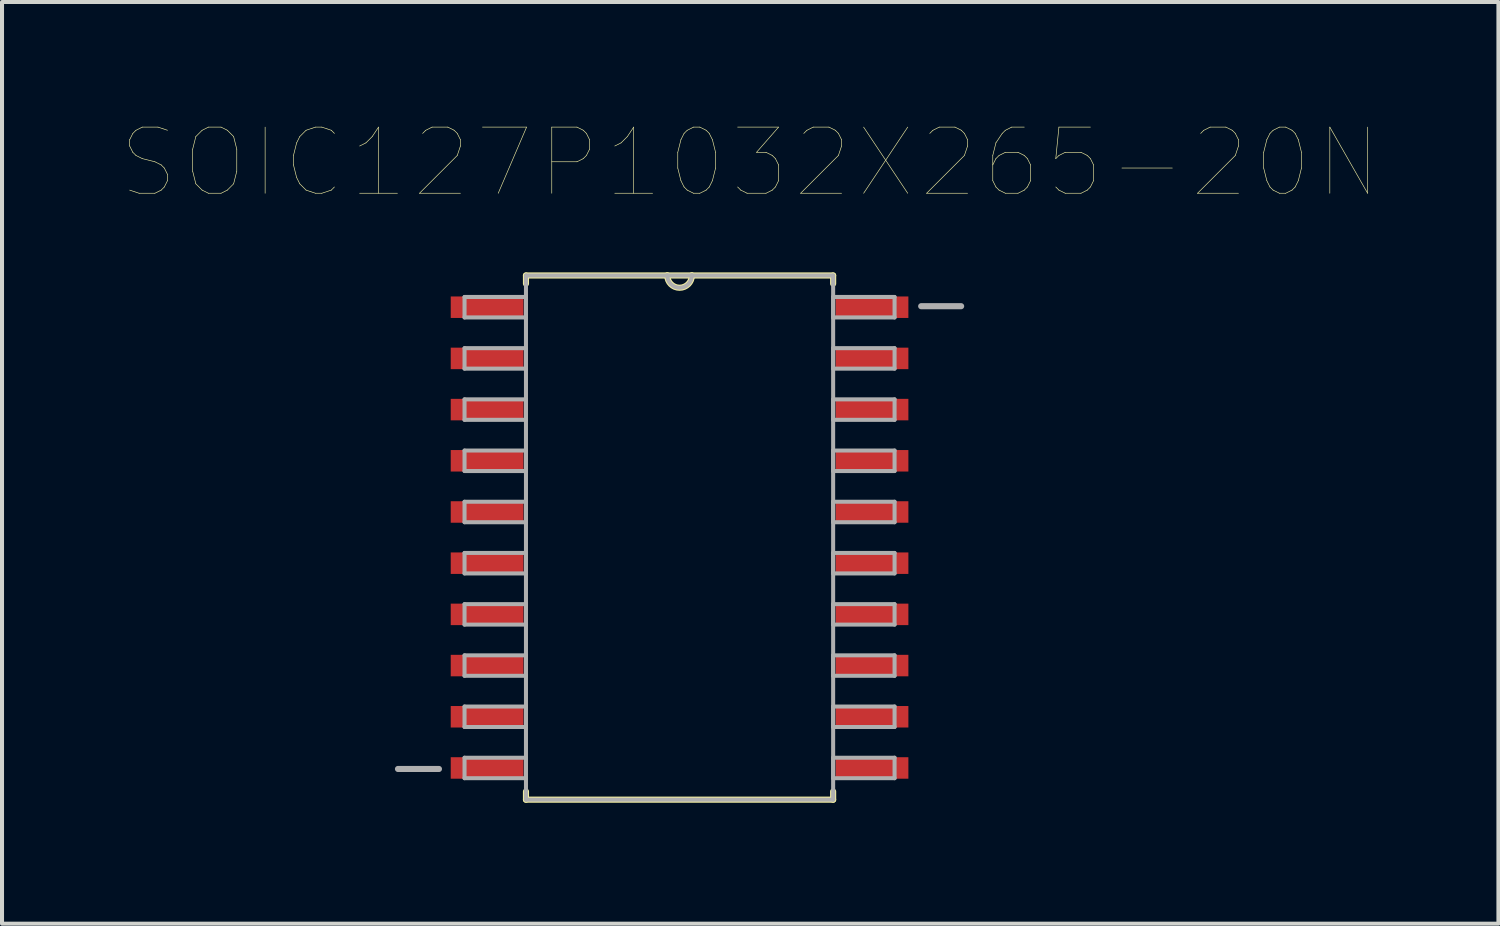
<source format=kicad_pcb>
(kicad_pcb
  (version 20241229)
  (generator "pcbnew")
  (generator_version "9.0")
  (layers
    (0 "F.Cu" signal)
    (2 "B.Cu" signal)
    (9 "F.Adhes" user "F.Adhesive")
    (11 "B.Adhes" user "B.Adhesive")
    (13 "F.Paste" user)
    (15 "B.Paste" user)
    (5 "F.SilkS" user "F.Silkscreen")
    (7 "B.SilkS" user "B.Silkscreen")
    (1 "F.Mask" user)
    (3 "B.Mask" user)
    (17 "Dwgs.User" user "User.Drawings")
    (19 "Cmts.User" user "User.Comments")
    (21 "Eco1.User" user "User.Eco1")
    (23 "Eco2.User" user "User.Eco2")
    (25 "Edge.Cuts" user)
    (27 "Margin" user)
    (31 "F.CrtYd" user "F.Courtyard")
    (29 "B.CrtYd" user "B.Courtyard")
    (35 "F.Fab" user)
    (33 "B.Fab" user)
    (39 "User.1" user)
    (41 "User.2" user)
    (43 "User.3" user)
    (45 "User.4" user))
  (footprint "SOIC127P1032X265-20N"
    (layer "F.Cu")
    (at 13.808 10.286)
    (property "Reference" "SOIC127P1032X265-20N" (at 1.753 -9.3 0) (layer "F.SilkS") (effects (font (size 1.641 1.641) (thickness 0.015))))
    (attr through_hole)
    (fp_line (start -3.81 -6.502) (end -3.81 -6.299) (stroke (width 0.152) (type solid)) (layer "F.SilkS"))
    (fp_line (start -3.81 6.299) (end -3.81 6.502) (stroke (width 0.152) (type solid)) (layer "F.SilkS"))
    (fp_line (start -3.81 6.502) (end 3.81 6.502) (stroke (width 0.152) (type solid)) (layer "F.SilkS"))
    (fp_line (start -0.305 -6.502) (end -3.81 -6.502) (stroke (width 0.152) (type solid)) (layer "F.SilkS"))
    (fp_line (start 0.305 -6.502) (end -0.305 -6.502) (stroke (width 0.152) (type solid)) (layer "F.SilkS"))
    (fp_line (start 3.81 -6.502) (end 0.305 -6.502) (stroke (width 0.152) (type solid)) (layer "F.SilkS"))
    (fp_line (start 3.81 -6.299) (end 3.81 -6.502) (stroke (width 0.152) (type solid)) (layer "F.SilkS"))
    (fp_line (start 3.81 6.502) (end 3.81 6.299) (stroke (width 0.152) (type solid)) (layer "F.SilkS"))
    (fp_arc (start 0.3048 -6.5024) (mid 0 -6.1976) (end -0.3048 -6.5024) (stroke (width 0.1524) (type solid)) (layer "F.SilkS"))
    (fp_line (start -6.985 5.74) (end -5.969 5.74) (stroke (width 0.152) (type solid)) (layer "F.Fab"))
    (fp_line (start -5.334 -5.969) (end -5.334 -5.461) (stroke (width 0.1) (type solid)) (layer "F.Fab"))
    (fp_line (start -5.334 -5.461) (end -3.81 -5.461) (stroke (width 0.1) (type solid)) (layer "F.Fab"))
    (fp_line (start -5.334 -4.699) (end -5.334 -4.191) (stroke (width 0.1) (type solid)) (layer "F.Fab"))
    (fp_line (start -5.334 -4.191) (end -3.81 -4.191) (stroke (width 0.1) (type solid)) (layer "F.Fab"))
    (fp_line (start -5.334 -3.429) (end -5.334 -2.921) (stroke (width 0.1) (type solid)) (layer "F.Fab"))
    (fp_line (start -5.334 -2.921) (end -3.81 -2.921) (stroke (width 0.1) (type solid)) (layer "F.Fab"))
    (fp_line (start -5.334 -2.159) (end -5.334 -1.651) (stroke (width 0.1) (type solid)) (layer "F.Fab"))
    (fp_line (start -5.334 -1.651) (end -3.81 -1.651) (stroke (width 0.1) (type solid)) (layer "F.Fab"))
    (fp_line (start -5.334 -0.889) (end -5.334 -0.381) (stroke (width 0.1) (type solid)) (layer "F.Fab"))
    (fp_line (start -5.334 -0.381) (end -3.81 -0.381) (stroke (width 0.1) (type solid)) (layer "F.Fab"))
    (fp_line (start -5.334 0.381) (end -5.334 0.889) (stroke (width 0.1) (type solid)) (layer "F.Fab"))
    (fp_line (start -5.334 0.889) (end -3.81 0.889) (stroke (width 0.1) (type solid)) (layer "F.Fab"))
    (fp_line (start -5.334 1.651) (end -5.334 2.159) (stroke (width 0.1) (type solid)) (layer "F.Fab"))
    (fp_line (start -5.334 2.159) (end -3.81 2.159) (stroke (width 0.1) (type solid)) (layer "F.Fab"))
    (fp_line (start -5.334 2.921) (end -5.334 3.429) (stroke (width 0.1) (type solid)) (layer "F.Fab"))
    (fp_line (start -5.334 3.429) (end -3.81 3.429) (stroke (width 0.1) (type solid)) (layer "F.Fab"))
    (fp_line (start -5.334 4.191) (end -5.334 4.699) (stroke (width 0.1) (type solid)) (layer "F.Fab"))
    (fp_line (start -5.334 4.699) (end -3.81 4.699) (stroke (width 0.1) (type solid)) (layer "F.Fab"))
    (fp_line (start -5.334 5.461) (end -5.334 5.969) (stroke (width 0.1) (type solid)) (layer "F.Fab"))
    (fp_line (start -5.334 5.969) (end -3.81 5.969) (stroke (width 0.1) (type solid)) (layer "F.Fab"))
    (fp_line (start -3.81 -6.502) (end -3.81 6.502) (stroke (width 0.1) (type solid)) (layer "F.Fab"))
    (fp_line (start -3.81 -5.969) (end -5.334 -5.969) (stroke (width 0.1) (type solid)) (layer "F.Fab"))
    (fp_line (start -3.81 -5.461) (end -3.81 -5.969) (stroke (width 0.1) (type solid)) (layer "F.Fab"))
    (fp_line (start -3.81 -4.699) (end -5.334 -4.699) (stroke (width 0.1) (type solid)) (layer "F.Fab"))
    (fp_line (start -3.81 -4.191) (end -3.81 -4.699) (stroke (width 0.1) (type solid)) (layer "F.Fab"))
    (fp_line (start -3.81 -3.429) (end -5.334 -3.429) (stroke (width 0.1) (type solid)) (layer "F.Fab"))
    (fp_line (start -3.81 -2.921) (end -3.81 -3.429) (stroke (width 0.1) (type solid)) (layer "F.Fab"))
    (fp_line (start -3.81 -2.159) (end -5.334 -2.159) (stroke (width 0.1) (type solid)) (layer "F.Fab"))
    (fp_line (start -3.81 -1.651) (end -3.81 -2.159) (stroke (width 0.1) (type solid)) (layer "F.Fab"))
    (fp_line (start -3.81 -0.889) (end -5.334 -0.889) (stroke (width 0.1) (type solid)) (layer "F.Fab"))
    (fp_line (start -3.81 -0.381) (end -3.81 -0.889) (stroke (width 0.1) (type solid)) (layer "F.Fab"))
    (fp_line (start -3.81 0.381) (end -5.334 0.381) (stroke (width 0.1) (type solid)) (layer "F.Fab"))
    (fp_line (start -3.81 0.889) (end -3.81 0.381) (stroke (width 0.1) (type solid)) (layer "F.Fab"))
    (fp_line (start -3.81 1.651) (end -5.334 1.651) (stroke (width 0.1) (type solid)) (layer "F.Fab"))
    (fp_line (start -3.81 2.159) (end -3.81 1.651) (stroke (width 0.1) (type solid)) (layer "F.Fab"))
    (fp_line (start -3.81 2.921) (end -5.334 2.921) (stroke (width 0.1) (type solid)) (layer "F.Fab"))
    (fp_line (start -3.81 3.429) (end -3.81 2.921) (stroke (width 0.1) (type solid)) (layer "F.Fab"))
    (fp_line (start -3.81 4.191) (end -5.334 4.191) (stroke (width 0.1) (type solid)) (layer "F.Fab"))
    (fp_line (start -3.81 4.699) (end -3.81 4.191) (stroke (width 0.1) (type solid)) (layer "F.Fab"))
    (fp_line (start -3.81 5.461) (end -5.334 5.461) (stroke (width 0.1) (type solid)) (layer "F.Fab"))
    (fp_line (start -3.81 5.969) (end -3.81 5.461) (stroke (width 0.1) (type solid)) (layer "F.Fab"))
    (fp_line (start -3.81 6.502) (end 3.81 6.502) (stroke (width 0.1) (type solid)) (layer "F.Fab"))
    (fp_line (start -0.305 -6.502) (end -3.81 -6.502) (stroke (width 0.1) (type solid)) (layer "F.Fab"))
    (fp_line (start 0.305 -6.502) (end -0.305 -6.502) (stroke (width 0.1) (type solid)) (layer "F.Fab"))
    (fp_line (start 3.81 -6.502) (end 0.305 -6.502) (stroke (width 0.1) (type solid)) (layer "F.Fab"))
    (fp_line (start 3.81 -5.969) (end 3.81 -5.461) (stroke (width 0.1) (type solid)) (layer "F.Fab"))
    (fp_line (start 3.81 -5.461) (end 5.334 -5.461) (stroke (width 0.1) (type solid)) (layer "F.Fab"))
    (fp_line (start 3.81 -4.699) (end 3.81 -4.191) (stroke (width 0.1) (type solid)) (layer "F.Fab"))
    (fp_line (start 3.81 -4.191) (end 5.334 -4.191) (stroke (width 0.1) (type solid)) (layer "F.Fab"))
    (fp_line (start 3.81 -3.429) (end 3.81 -2.921) (stroke (width 0.1) (type solid)) (layer "F.Fab"))
    (fp_line (start 3.81 -2.921) (end 5.334 -2.921) (stroke (width 0.1) (type solid)) (layer "F.Fab"))
    (fp_line (start 3.81 -2.159) (end 3.81 -1.651) (stroke (width 0.1) (type solid)) (layer "F.Fab"))
    (fp_line (start 3.81 -1.651) (end 5.334 -1.651) (stroke (width 0.1) (type solid)) (layer "F.Fab"))
    (fp_line (start 3.81 -0.889) (end 3.81 -0.381) (stroke (width 0.1) (type solid)) (layer "F.Fab"))
    (fp_line (start 3.81 -0.381) (end 5.334 -0.381) (stroke (width 0.1) (type solid)) (layer "F.Fab"))
    (fp_line (start 3.81 0.381) (end 3.81 0.889) (stroke (width 0.1) (type solid)) (layer "F.Fab"))
    (fp_line (start 3.81 0.889) (end 5.334 0.889) (stroke (width 0.1) (type solid)) (layer "F.Fab"))
    (fp_line (start 3.81 1.651) (end 3.81 2.159) (stroke (width 0.1) (type solid)) (layer "F.Fab"))
    (fp_line (start 3.81 2.159) (end 5.334 2.159) (stroke (width 0.1) (type solid)) (layer "F.Fab"))
    (fp_line (start 3.81 2.921) (end 3.81 3.429) (stroke (width 0.1) (type solid)) (layer "F.Fab"))
    (fp_line (start 3.81 3.429) (end 5.334 3.429) (stroke (width 0.1) (type solid)) (layer "F.Fab"))
    (fp_line (start 3.81 4.191) (end 3.81 4.699) (stroke (width 0.1) (type solid)) (layer "F.Fab"))
    (fp_line (start 3.81 4.699) (end 5.334 4.699) (stroke (width 0.1) (type solid)) (layer "F.Fab"))
    (fp_line (start 3.81 5.461) (end 3.81 5.969) (stroke (width 0.1) (type solid)) (layer "F.Fab"))
    (fp_line (start 3.81 5.969) (end 5.334 5.969) (stroke (width 0.1) (type solid)) (layer "F.Fab"))
    (fp_line (start 3.81 6.502) (end 3.81 -6.502) (stroke (width 0.1) (type solid)) (layer "F.Fab"))
    (fp_line (start 5.334 -5.969) (end 3.81 -5.969) (stroke (width 0.1) (type solid)) (layer "F.Fab"))
    (fp_line (start 5.334 -5.461) (end 5.334 -5.969) (stroke (width 0.1) (type solid)) (layer "F.Fab"))
    (fp_line (start 5.334 -4.699) (end 3.81 -4.699) (stroke (width 0.1) (type solid)) (layer "F.Fab"))
    (fp_line (start 5.334 -4.191) (end 5.334 -4.699) (stroke (width 0.1) (type solid)) (layer "F.Fab"))
    (fp_line (start 5.334 -3.429) (end 3.81 -3.429) (stroke (width 0.1) (type solid)) (layer "F.Fab"))
    (fp_line (start 5.334 -2.921) (end 5.334 -3.429) (stroke (width 0.1) (type solid)) (layer "F.Fab"))
    (fp_line (start 5.334 -2.159) (end 3.81 -2.159) (stroke (width 0.1) (type solid)) (layer "F.Fab"))
    (fp_line (start 5.334 -1.651) (end 5.334 -2.159) (stroke (width 0.1) (type solid)) (layer "F.Fab"))
    (fp_line (start 5.334 -0.889) (end 3.81 -0.889) (stroke (width 0.1) (type solid)) (layer "F.Fab"))
    (fp_line (start 5.334 -0.381) (end 5.334 -0.889) (stroke (width 0.1) (type solid)) (layer "F.Fab"))
    (fp_line (start 5.334 0.381) (end 3.81 0.381) (stroke (width 0.1) (type solid)) (layer "F.Fab"))
    (fp_line (start 5.334 0.889) (end 5.334 0.381) (stroke (width 0.1) (type solid)) (layer "F.Fab"))
    (fp_line (start 5.334 1.651) (end 3.81 1.651) (stroke (width 0.1) (type solid)) (layer "F.Fab"))
    (fp_line (start 5.334 2.159) (end 5.334 1.651) (stroke (width 0.1) (type solid)) (layer "F.Fab"))
    (fp_line (start 5.334 2.921) (end 3.81 2.921) (stroke (width 0.1) (type solid)) (layer "F.Fab"))
    (fp_line (start 5.334 3.429) (end 5.334 2.921) (stroke (width 0.1) (type solid)) (layer "F.Fab"))
    (fp_line (start 5.334 4.191) (end 3.81 4.191) (stroke (width 0.1) (type solid)) (layer "F.Fab"))
    (fp_line (start 5.334 4.699) (end 5.334 4.191) (stroke (width 0.1) (type solid)) (layer "F.Fab"))
    (fp_line (start 5.334 5.461) (end 3.81 5.461) (stroke (width 0.1) (type solid)) (layer "F.Fab"))
    (fp_line (start 5.334 5.969) (end 5.334 5.461) (stroke (width 0.1) (type solid)) (layer "F.Fab"))
    (fp_line (start 5.994 -5.74) (end 6.985 -5.74) (stroke (width 0.152) (type solid)) (layer "F.Fab"))
    (fp_arc (start 0.3048 -6.5024) (mid 0 -6.1976) (end -0.3048 -6.5024) (stroke (width 0.1) (type solid)) (layer "F.Fab"))
    (pad "1" smd rect (at -4.775 -5.715) (size 1.803 0.533) (layers "F.Cu" "F.Mask" "F.Paste"))
    (pad "2" smd rect (at -4.775 -4.445) (size 1.803 0.533) (layers "F.Cu" "F.Mask" "F.Paste"))
    (pad "3" smd rect (at -4.775 -3.175) (size 1.803 0.533) (layers "F.Cu" "F.Mask" "F.Paste"))
    (pad "4" smd rect (at -4.775 -1.905) (size 1.803 0.533) (layers "F.Cu" "F.Mask" "F.Paste"))
    (pad "5" smd rect (at -4.775 -0.635) (size 1.803 0.533) (layers "F.Cu" "F.Mask" "F.Paste"))
    (pad "6" smd rect (at -4.775 0.635) (size 1.803 0.533) (layers "F.Cu" "F.Mask" "F.Paste"))
    (pad "7" smd rect (at -4.775 1.905) (size 1.803 0.533) (layers "F.Cu" "F.Mask" "F.Paste"))
    (pad "8" smd rect (at -4.775 3.175) (size 1.803 0.533) (layers "F.Cu" "F.Mask" "F.Paste"))
    (pad "9" smd rect (at -4.775 4.445) (size 1.803 0.533) (layers "F.Cu" "F.Mask" "F.Paste"))
    (pad "10" smd rect (at -4.775 5.715) (size 1.803 0.533) (layers "F.Cu" "F.Mask" "F.Paste"))
    (pad "11" smd rect (at 4.775 5.715) (size 1.803 0.533) (layers "F.Cu" "F.Mask" "F.Paste"))
    (pad "12" smd rect (at 4.775 4.445) (size 1.803 0.533) (layers "F.Cu" "F.Mask" "F.Paste"))
    (pad "13" smd rect (at 4.775 3.175) (size 1.803 0.533) (layers "F.Cu" "F.Mask" "F.Paste"))
    (pad "14" smd rect (at 4.775 1.905) (size 1.803 0.533) (layers "F.Cu" "F.Mask" "F.Paste"))
    (pad "15" smd rect (at 4.775 0.635) (size 1.803 0.533) (layers "F.Cu" "F.Mask" "F.Paste"))
    (pad "16" smd rect (at 4.775 -0.635) (size 1.803 0.533) (layers "F.Cu" "F.Mask" "F.Paste"))
    (pad "17" smd rect (at 4.775 -1.905) (size 1.803 0.533) (layers "F.Cu" "F.Mask" "F.Paste"))
    (pad "18" smd rect (at 4.775 -3.175) (size 1.803 0.533) (layers "F.Cu" "F.Mask" "F.Paste"))
    (pad "19" smd rect (at 4.775 -4.445) (size 1.803 0.533) (layers "F.Cu" "F.Mask" "F.Paste"))
    (pad "20" smd rect (at 4.775 -5.715) (size 1.803 0.533) (layers "F.Cu" "F.Mask" "F.Paste")))
  (gr_rect
    (start -3 -3)
    (end 34.122 19.864)
    (stroke (width 0.1) (type default))
    (fill no)
    (layer "Edge.Cuts")))
</source>
